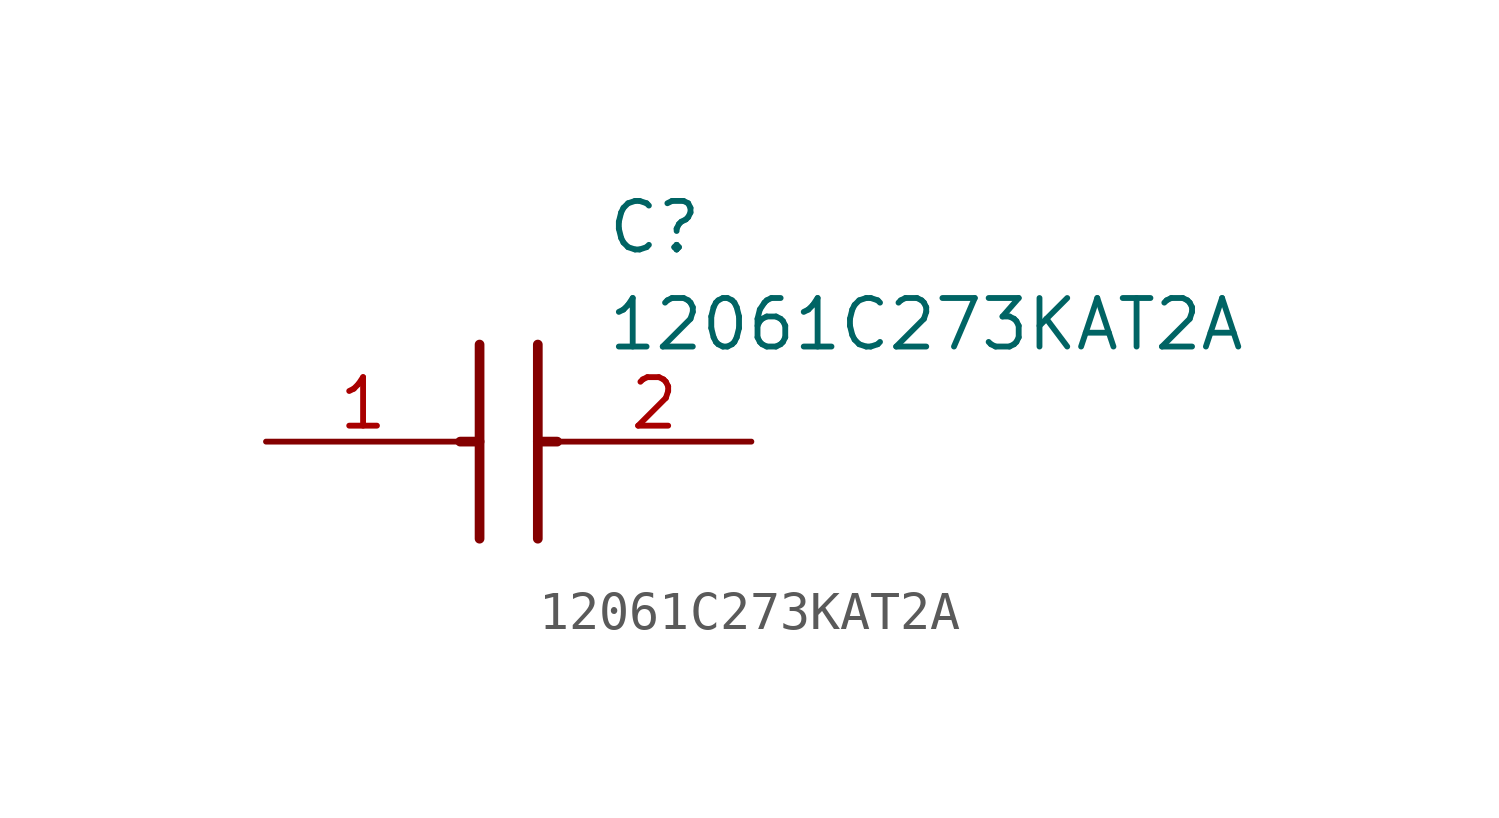
<source format=kicad_sym>
(kicad_symbol_lib
  (version 20211014)
  (generator SamacSys_ECAD_Model)
  (symbol "12061C273KAT2A"
    (pin_names hide)
    (property "Reference" "C"
      (at 8.89 6.35 0)
      (effects (font (size 1.27 1.27)) (justify left top)))
    (property "Value" "12061C273KAT2A"
      (at 8.89 3.81 0)
      (effects (font (size 1.27 1.27)) (justify left top)))
    (polyline
      (pts (xy 5.588 2.54) (xy 5.588 -2.54))
      (stroke (width 0.254) (type default))
      (fill (type none)))
    (polyline
      (pts (xy 7.112 2.54) (xy 7.112 -2.54))
      (stroke (width 0.254) (type default))
      (fill (type none)))
    (polyline
      (pts (xy 5.08 0) (xy 5.588 0))
      (stroke (width 0.254) (type default))
      (fill (type none)))
    (polyline
      (pts (xy 7.112 0) (xy 7.62 0))
      (stroke (width 0.254) (type default))
      (fill (type none)))
    (pin passive line
      (at 0 0 0)
      (length 5.08)
      (name "C1" (effects (font (size 1.27 1.27))))
      (number "1" (effects (font (size 1.27 1.27)))))
    (pin passive line
      (at 12.7 0 180)
      (length 5.08)
      (name "C2" (effects (font (size 1.27 1.27))))
      (number "2" (effects (font (size 1.27 1.27)))))))
</source>
